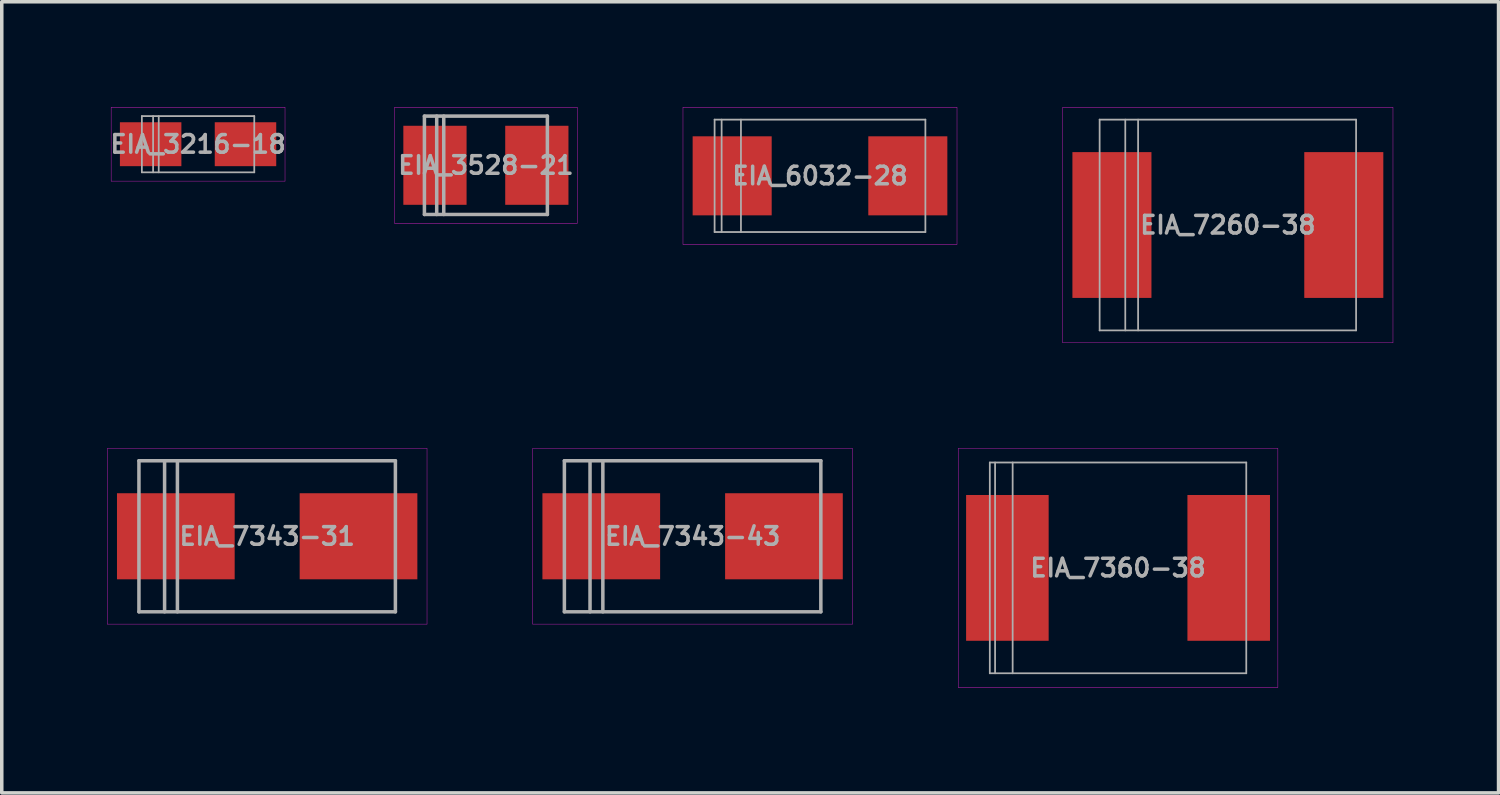
<source format=kicad_pcb>
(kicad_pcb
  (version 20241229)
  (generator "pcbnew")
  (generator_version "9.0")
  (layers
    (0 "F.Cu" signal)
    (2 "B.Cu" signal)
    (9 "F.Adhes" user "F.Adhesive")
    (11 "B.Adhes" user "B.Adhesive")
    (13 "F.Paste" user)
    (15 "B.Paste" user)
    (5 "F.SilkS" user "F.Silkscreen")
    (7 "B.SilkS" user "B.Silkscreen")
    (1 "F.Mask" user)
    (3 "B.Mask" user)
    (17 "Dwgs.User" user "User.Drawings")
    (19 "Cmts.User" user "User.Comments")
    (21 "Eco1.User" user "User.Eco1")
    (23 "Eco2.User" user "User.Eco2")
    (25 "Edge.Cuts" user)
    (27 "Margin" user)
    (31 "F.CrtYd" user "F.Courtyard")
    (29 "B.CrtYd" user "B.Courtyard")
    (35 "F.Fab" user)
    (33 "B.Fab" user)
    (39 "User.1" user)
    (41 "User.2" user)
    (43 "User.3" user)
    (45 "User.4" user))
  (footprint "EIA_3528-21"
    (layer "F.Cu")
    (at 10.781 1.655)
    (property "Reference" "EIA_3528-21" (at 0 0 0) (layer "F.Fab") (effects (font (size 0.5 0.5) (thickness 0.1))))
    (attr smd)
    (fp_line (start -2.6 -1.65) (end -2.6 1.65) (stroke (width 0.01) (type solid)) (layer "F.CrtYd"))
    (fp_line (start -2.6 1.65) (end 2.6 1.65) (stroke (width 0.01) (type solid)) (layer "F.CrtYd"))
    (fp_line (start 2.6 -1.65) (end -2.6 -1.65) (stroke (width 0.01) (type solid)) (layer "F.CrtYd"))
    (fp_line (start 2.6 1.65) (end 2.6 -1.65) (stroke (width 0.01) (type solid)) (layer "F.CrtYd"))
    (fp_line (start -1.75 -1.4) (end -1.75 1.4) (stroke (width 0.1) (type solid)) (layer "F.Fab"))
    (fp_line (start -1.75 1.4) (end 1.75 1.4) (stroke (width 0.1) (type solid)) (layer "F.Fab"))
    (fp_line (start -1.4 -1.4) (end -1.4 1.4) (stroke (width 0.1) (type solid)) (layer "F.Fab"))
    (fp_line (start -1.2 -1.4) (end -1.2 1.4) (stroke (width 0.1) (type solid)) (layer "F.Fab"))
    (fp_line (start 1.75 -1.4) (end -1.75 -1.4) (stroke (width 0.1) (type solid)) (layer "F.Fab"))
    (fp_line (start 1.75 1.4) (end 1.75 -1.4) (stroke (width 0.1) (type solid)) (layer "F.Fab"))
    (pad "1" smd rect (at -1.45 0) (size 1.8 2.25) (layers "F.Cu" "F.Mask" "F.Paste"))
    (pad "2" smd rect (at 1.45 0) (size 1.8 2.25) (layers "F.Cu" "F.Mask" "F.Paste")))
  (footprint "EIA_7360-38"
    (layer "F.Cu")
    (at 28.775 13.115)
    (property "Reference" "EIA_7360-38" (at 0 0 0) (layer "F.Fab") (effects (font (size 0.5 0.5) (thickness 0.1))))
    (attr smd)
    (fp_line (start -4.55 -3.4) (end -4.55 3.4) (stroke (width 0.01) (type solid)) (layer "F.CrtYd"))
    (fp_line (start -4.55 3.4) (end 4.55 3.4) (stroke (width 0.01) (type solid)) (layer "F.CrtYd"))
    (fp_line (start 4.55 -3.4) (end -4.55 -3.4) (stroke (width 0.01) (type solid)) (layer "F.CrtYd"))
    (fp_line (start 4.55 3.4) (end 4.55 -3.4) (stroke (width 0.01) (type solid)) (layer "F.CrtYd"))
    (fp_line (start -3.65 -3) (end -3.65 3) (stroke (width 0.05) (type solid)) (layer "F.Fab"))
    (fp_line (start -3.65 3) (end 3.65 3) (stroke (width 0.05) (type solid)) (layer "F.Fab"))
    (fp_line (start -3.5 -3) (end -3.5 3) (stroke (width 0.05) (type solid)) (layer "F.Fab"))
    (fp_line (start -3 -3) (end -3 3) (stroke (width 0.05) (type solid)) (layer "F.Fab"))
    (fp_line (start 3.65 -3) (end -3.65 -3) (stroke (width 0.05) (type solid)) (layer "F.Fab"))
    (fp_line (start 3.65 3) (end 3.65 -3) (stroke (width 0.05) (type solid)) (layer "F.Fab"))
    (pad "1" smd rect (at -3.15 0) (size 2.35 4.15) (layers "F.Cu" "F.Mask" "F.Paste"))
    (pad "2" smd rect (at 3.15 0) (size 2.35 4.15) (layers "F.Cu" "F.Mask" "F.Paste")))
  (footprint "EIA_3216-18"
    (layer "F.Cu")
    (at 2.588 1.055)
    (property "Reference" "EIA_3216-18" (at 0 0 0) (layer "F.Fab") (effects (font (size 0.5 0.5) (thickness 0.1))))
    (attr smd)
    (fp_line (start -2.475 -1.05) (end -2.475 1.05) (stroke (width 0.01) (type solid)) (layer "F.CrtYd"))
    (fp_line (start -2.475 1.05) (end 2.475 1.05) (stroke (width 0.01) (type solid)) (layer "F.CrtYd"))
    (fp_line (start 2.475 -1.05) (end -2.475 -1.05) (stroke (width 0.01) (type solid)) (layer "F.CrtYd"))
    (fp_line (start 2.475 1.05) (end 2.475 -1.05) (stroke (width 0.01) (type solid)) (layer "F.CrtYd"))
    (fp_line (start -1.6 -0.8) (end -1.6 0.8) (stroke (width 0.05) (type solid)) (layer "F.Fab"))
    (fp_line (start -1.6 0.8) (end 1.6 0.8) (stroke (width 0.05) (type solid)) (layer "F.Fab"))
    (fp_line (start -1.28 -0.8) (end -1.28 0.8) (stroke (width 0.05) (type solid)) (layer "F.Fab"))
    (fp_line (start -1.12 -0.8) (end -1.12 0.8) (stroke (width 0.05) (type solid)) (layer "F.Fab"))
    (fp_line (start 1.6 -0.8) (end -1.6 -0.8) (stroke (width 0.05) (type solid)) (layer "F.Fab"))
    (fp_line (start 1.6 0.8) (end 1.6 -0.8) (stroke (width 0.05) (type solid)) (layer "F.Fab"))
    (pad "1" smd rect (at -1.35 0) (size 1.75 1.25) (layers "F.Cu" "F.Mask" "F.Paste"))
    (pad "2" smd rect (at 1.35 0) (size 1.75 1.25) (layers "F.Cu" "F.Mask" "F.Paste")))
  (footprint "EIA_7260-38"
    (layer "F.Cu")
    (at 31.901 3.355)
    (property "Reference" "EIA_7260-38" (at 0 0 0) (layer "F.Fab") (effects (font (size 0.5 0.5) (thickness 0.1))))
    (attr smd)
    (fp_line (start -4.7 -3.35) (end -4.7 3.35) (stroke (width 0.01) (type solid)) (layer "F.CrtYd"))
    (fp_line (start -4.7 3.35) (end 4.7 3.35) (stroke (width 0.01) (type solid)) (layer "F.CrtYd"))
    (fp_line (start 4.7 -3.35) (end -4.7 -3.35) (stroke (width 0.01) (type solid)) (layer "F.CrtYd"))
    (fp_line (start 4.7 3.35) (end 4.7 -3.35) (stroke (width 0.01) (type solid)) (layer "F.CrtYd"))
    (fp_line (start -3.65 -3) (end -3.65 3) (stroke (width 0.05) (type solid)) (layer "F.Fab"))
    (fp_line (start -3.65 3) (end 3.65 3) (stroke (width 0.05) (type solid)) (layer "F.Fab"))
    (fp_line (start -2.92 -3) (end -2.92 3) (stroke (width 0.05) (type solid)) (layer "F.Fab"))
    (fp_line (start -2.555 -3) (end -2.555 3) (stroke (width 0.05) (type solid)) (layer "F.Fab"))
    (fp_line (start 3.65 -3) (end -3.65 -3) (stroke (width 0.05) (type solid)) (layer "F.Fab"))
    (fp_line (start 3.65 3) (end 3.65 -3) (stroke (width 0.05) (type solid)) (layer "F.Fab"))
    (pad "1" smd rect (at -3.3 0) (size 2.25 4.15) (layers "F.Cu" "F.Mask" "F.Paste"))
    (pad "2" smd rect (at 3.3 0) (size 2.25 4.15) (layers "F.Cu" "F.Mask" "F.Paste")))
  (footprint "EIA_6032-28"
    (layer "F.Cu")
    (at 20.291 1.955)
    (property "Reference" "EIA_6032-28" (at 0 0 0) (layer "F.Fab") (effects (font (size 0.5 0.5) (thickness 0.1))))
    (attr smd)
    (fp_line (start -3.9 -1.95) (end -3.9 1.95) (stroke (width 0.01) (type solid)) (layer "F.CrtYd"))
    (fp_line (start -3.9 1.95) (end 3.9 1.95) (stroke (width 0.01) (type solid)) (layer "F.CrtYd"))
    (fp_line (start 3.9 -1.95) (end -3.9 -1.95) (stroke (width 0.01) (type solid)) (layer "F.CrtYd"))
    (fp_line (start 3.9 1.95) (end 3.9 -1.95) (stroke (width 0.01) (type solid)) (layer "F.CrtYd"))
    (fp_line (start -3 -1.6) (end -3 1.6) (stroke (width 0.05) (type solid)) (layer "F.Fab"))
    (fp_line (start -3 1.6) (end 3 1.6) (stroke (width 0.05) (type solid)) (layer "F.Fab"))
    (fp_line (start -2.8 -1.6) (end -2.8 1.6) (stroke (width 0.05) (type solid)) (layer "F.Fab"))
    (fp_line (start -2.25 -1.6) (end -2.25 1.6) (stroke (width 0.05) (type solid)) (layer "F.Fab"))
    (fp_line (start 3 -1.6) (end -3 -1.6) (stroke (width 0.05) (type solid)) (layer "F.Fab"))
    (fp_line (start 3 1.6) (end 3 -1.6) (stroke (width 0.05) (type solid)) (layer "F.Fab"))
    (pad "1" smd rect (at -2.5 0) (size 2.25 2.25) (layers "F.Cu" "F.Mask" "F.Paste"))
    (pad "2" smd rect (at 2.5 0) (size 2.25 2.25) (layers "F.Cu" "F.Mask" "F.Paste")))
  (footprint "EIA_7343-31"
    (layer "F.Cu")
    (at 4.555 12.215)
    (property "Reference" "EIA_7343-31" (at 0 0 0) (layer "F.Fab") (effects (font (size 0.5 0.5) (thickness 0.1))))
    (attr smd)
    (fp_line (start -4.55 -2.5) (end -4.55 2.5) (stroke (width 0.01) (type solid)) (layer "F.CrtYd"))
    (fp_line (start -4.55 2.5) (end 4.55 2.5) (stroke (width 0.01) (type solid)) (layer "F.CrtYd"))
    (fp_line (start 4.55 -2.5) (end -4.55 -2.5) (stroke (width 0.01) (type solid)) (layer "F.CrtYd"))
    (fp_line (start 4.55 2.5) (end 4.55 -2.5) (stroke (width 0.01) (type solid)) (layer "F.CrtYd"))
    (fp_line (start -3.65 -2.15) (end -3.65 2.15) (stroke (width 0.1) (type solid)) (layer "F.Fab"))
    (fp_line (start -3.65 2.15) (end 3.65 2.15) (stroke (width 0.1) (type solid)) (layer "F.Fab"))
    (fp_line (start -2.92 -2.15) (end -2.92 2.15) (stroke (width 0.1) (type solid)) (layer "F.Fab"))
    (fp_line (start -2.555 -2.15) (end -2.555 2.15) (stroke (width 0.1) (type solid)) (layer "F.Fab"))
    (fp_line (start 3.65 -2.15) (end -3.65 -2.15) (stroke (width 0.1) (type solid)) (layer "F.Fab"))
    (fp_line (start 3.65 2.15) (end 3.65 -2.15) (stroke (width 0.1) (type solid)) (layer "F.Fab"))
    (pad "1" smd rect (at -2.6 0) (size 3.35 2.45) (layers "F.Cu" "F.Mask" "F.Paste"))
    (pad "2" smd rect (at 2.6 0) (size 3.35 2.45) (layers "F.Cu" "F.Mask" "F.Paste")))
  (footprint "EIA_7343-43"
    (layer "F.Cu")
    (at 16.665 12.215)
    (property "Reference" "EIA_7343-43" (at 0 0 0) (layer "F.Fab") (effects (font (size 0.5 0.5) (thickness 0.1))))
    (attr smd)
    (fp_line (start -4.55 -2.5) (end -4.55 2.5) (stroke (width 0.01) (type solid)) (layer "F.CrtYd"))
    (fp_line (start -4.55 2.5) (end 4.55 2.5) (stroke (width 0.01) (type solid)) (layer "F.CrtYd"))
    (fp_line (start 4.55 -2.5) (end -4.55 -2.5) (stroke (width 0.01) (type solid)) (layer "F.CrtYd"))
    (fp_line (start 4.55 2.5) (end 4.55 -2.5) (stroke (width 0.01) (type solid)) (layer "F.CrtYd"))
    (fp_line (start -3.65 -2.15) (end -3.65 2.15) (stroke (width 0.1) (type solid)) (layer "F.Fab"))
    (fp_line (start -3.65 2.15) (end 3.65 2.15) (stroke (width 0.1) (type solid)) (layer "F.Fab"))
    (fp_line (start -2.92 -2.15) (end -2.92 2.15) (stroke (width 0.1) (type solid)) (layer "F.Fab"))
    (fp_line (start -2.555 -2.15) (end -2.555 2.15) (stroke (width 0.1) (type solid)) (layer "F.Fab"))
    (fp_line (start 3.65 -2.15) (end -3.65 -2.15) (stroke (width 0.1) (type solid)) (layer "F.Fab"))
    (fp_line (start 3.65 2.15) (end 3.65 -2.15) (stroke (width 0.1) (type solid)) (layer "F.Fab"))
    (pad "1" smd rect (at -2.6 0) (size 3.35 2.45) (layers "F.Cu" "F.Mask" "F.Paste"))
    (pad "2" smd rect (at 2.6 0) (size 3.35 2.45) (layers "F.Cu" "F.Mask" "F.Paste")))
  (gr_rect
    (start -3 -3)
    (end 39.606 19.52)
    (stroke (width 0.1) (type default))
    (fill no)
    (layer "Edge.Cuts")))
</source>
